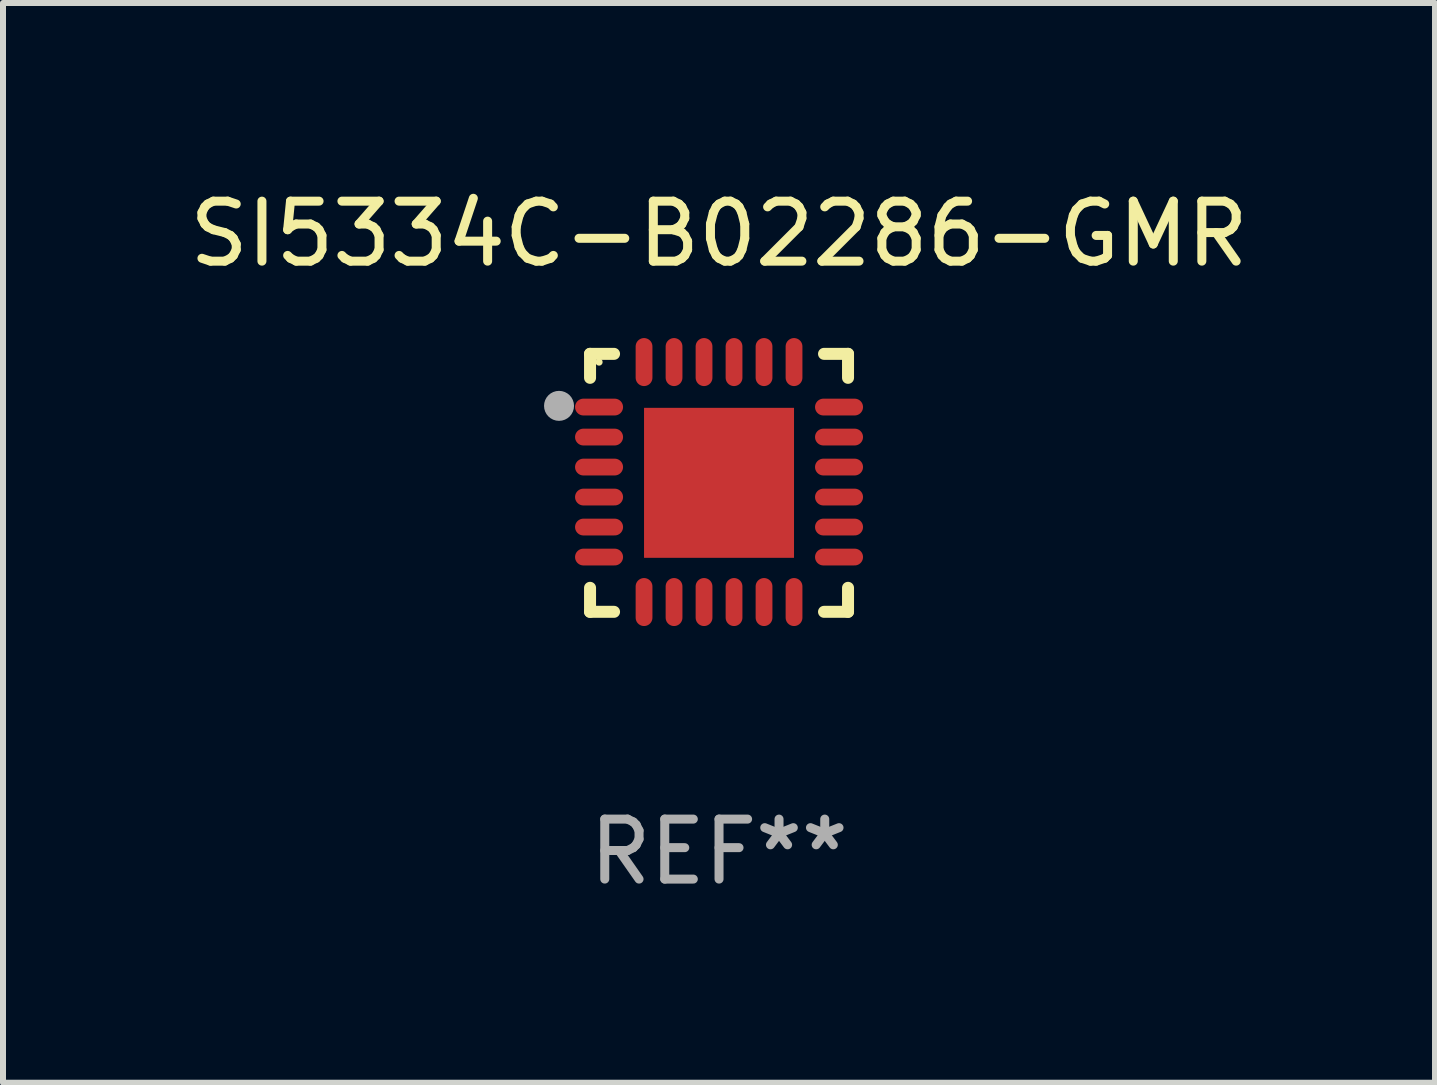
<source format=kicad_pcb>
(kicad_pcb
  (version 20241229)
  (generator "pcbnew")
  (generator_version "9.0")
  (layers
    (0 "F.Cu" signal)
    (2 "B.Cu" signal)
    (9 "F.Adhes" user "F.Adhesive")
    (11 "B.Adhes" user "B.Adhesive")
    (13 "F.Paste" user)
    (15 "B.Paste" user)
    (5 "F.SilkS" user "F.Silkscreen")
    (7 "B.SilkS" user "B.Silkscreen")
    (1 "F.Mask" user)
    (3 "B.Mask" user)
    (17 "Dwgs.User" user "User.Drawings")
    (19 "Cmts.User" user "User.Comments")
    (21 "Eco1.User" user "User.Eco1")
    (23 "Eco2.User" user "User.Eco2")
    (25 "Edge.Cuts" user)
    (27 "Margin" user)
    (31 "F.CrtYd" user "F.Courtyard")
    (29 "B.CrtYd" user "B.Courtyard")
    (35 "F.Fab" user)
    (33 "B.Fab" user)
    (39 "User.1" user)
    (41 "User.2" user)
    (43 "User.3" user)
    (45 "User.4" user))
  (footprint "SI5334C-B02286-GMR"
    (layer "F.Cu")
    (at 8.935 4.998)
    (property "Reference" "SI5334C-B02286-GMR" (at 0 -4.15 0) (layer "F.SilkS") (effects (font (size 1 1) (thickness 0.15))))
    (attr through_hole)
    (fp_line (start -2.15 -2.15) (end -1.75 -2.15) (stroke (width 0.2) (type solid)) (layer "F.SilkS"))
    (fp_line (start -2.15 -1.75) (end -2.15 -2.15) (stroke (width 0.2) (type solid)) (layer "F.SilkS"))
    (fp_line (start -2.15 2.15) (end -2.15 1.75) (stroke (width 0.2) (type solid)) (layer "F.SilkS"))
    (fp_line (start -1.75 2.15) (end -2.15 2.15) (stroke (width 0.2) (type solid)) (layer "F.SilkS"))
    (fp_line (start 1.75 -2.15) (end 2.15 -2.15) (stroke (width 0.2) (type solid)) (layer "F.SilkS"))
    (fp_line (start 1.75 2.15) (end 2.15 2.15) (stroke (width 0.2) (type solid)) (layer "F.SilkS"))
    (fp_line (start 2.15 -2.15) (end 2.15 -1.75) (stroke (width 0.2) (type solid)) (layer "F.SilkS"))
    (fp_line (start 2.15 2.15) (end 2.15 1.75) (stroke (width 0.2) (type solid)) (layer "F.SilkS"))
    (fp_circle (center -2 -2.013) (end -1.97 -2.013) (stroke (width 0.06) (type solid)) (fill no) (layer "F.SilkS"))
    (fp_circle (center -2.667 -1.283) (end -2.542 -1.283) (stroke (width 0.25) (type solid)) (fill no) (layer "F.Fab"))
    (fp_text user "REF**" (at 0 6.15 0) (layer "F.Fab") (effects (font (size 1 1) (thickness 0.15))))
    (pad "1" smd oval (at -2 -1.263) (size 0.8 0.28) (layers "F.Cu" "F.Mask" "F.Paste"))
    (pad "2" smd oval (at -2 -0.763) (size 0.8 0.28) (layers "F.Cu" "F.Mask" "F.Paste"))
    (pad "3" smd oval (at -2 -0.263) (size 0.8 0.28) (layers "F.Cu" "F.Mask" "F.Paste"))
    (pad "4" smd oval (at -2 0.237) (size 0.8 0.28) (layers "F.Cu" "F.Mask" "F.Paste"))
    (pad "5" smd oval (at -2 0.737) (size 0.8 0.28) (layers "F.Cu" "F.Mask" "F.Paste"))
    (pad "6" smd oval (at -2 1.237) (size 0.8 0.28) (layers "F.Cu" "F.Mask" "F.Paste"))
    (pad "7" smd oval (at -1.25 1.987) (size 0.28 0.8) (layers "F.Cu" "F.Mask" "F.Paste"))
    (pad "8" smd oval (at -0.75 1.987) (size 0.28 0.8) (layers "F.Cu" "F.Mask" "F.Paste"))
    (pad "9" smd oval (at -0.25 1.987) (size 0.28 0.8) (layers "F.Cu" "F.Mask" "F.Paste"))
    (pad "10" smd oval (at 0.25 1.987) (size 0.28 0.8) (layers "F.Cu" "F.Mask" "F.Paste"))
    (pad "11" smd oval (at 0.75 1.987) (size 0.28 0.8) (layers "F.Cu" "F.Mask" "F.Paste"))
    (pad "12" smd oval (at 1.25 1.987) (size 0.28 0.8) (layers "F.Cu" "F.Mask" "F.Paste"))
    (pad "13" smd oval (at 2 1.237) (size 0.8 0.28) (layers "F.Cu" "F.Mask" "F.Paste"))
    (pad "14" smd oval (at 2 0.737) (size 0.8 0.28) (layers "F.Cu" "F.Mask" "F.Paste"))
    (pad "15" smd oval (at 2 0.237) (size 0.8 0.28) (layers "F.Cu" "F.Mask" "F.Paste"))
    (pad "16" smd oval (at 2 -0.263) (size 0.8 0.28) (layers "F.Cu" "F.Mask" "F.Paste"))
    (pad "17" smd oval (at 2 -0.763) (size 0.8 0.28) (layers "F.Cu" "F.Mask" "F.Paste"))
    (pad "18" smd oval (at 2 -1.263) (size 0.8 0.28) (layers "F.Cu" "F.Mask" "F.Paste"))
    (pad "19" smd oval (at 1.25 -2.013) (size 0.28 0.8) (layers "F.Cu" "F.Mask" "F.Paste"))
    (pad "20" smd oval (at 0.75 -2.013) (size 0.28 0.8) (layers "F.Cu" "F.Mask" "F.Paste"))
    (pad "21" smd oval (at 0.25 -2.013) (size 0.28 0.8) (layers "F.Cu" "F.Mask" "F.Paste"))
    (pad "22" smd oval (at -0.25 -2.013) (size 0.28 0.8) (layers "F.Cu" "F.Mask" "F.Paste"))
    (pad "23" smd oval (at -0.75 -2.013) (size 0.28 0.8) (layers "F.Cu" "F.Mask" "F.Paste"))
    (pad "24" smd oval (at -1.25 -2.013) (size 0.28 0.8) (layers "F.Cu" "F.Mask" "F.Paste"))
    (pad "25" smd rect (at -0.000127 -0.00014) (size 2.5 2.5) (layers "F.Cu" "F.Mask" "F.Paste")))
  (gr_rect
    (start -3 -3)
    (end 20.869 14.997)
    (stroke (width 0.1) (type default))
    (fill no)
    (layer "Edge.Cuts")))
</source>
